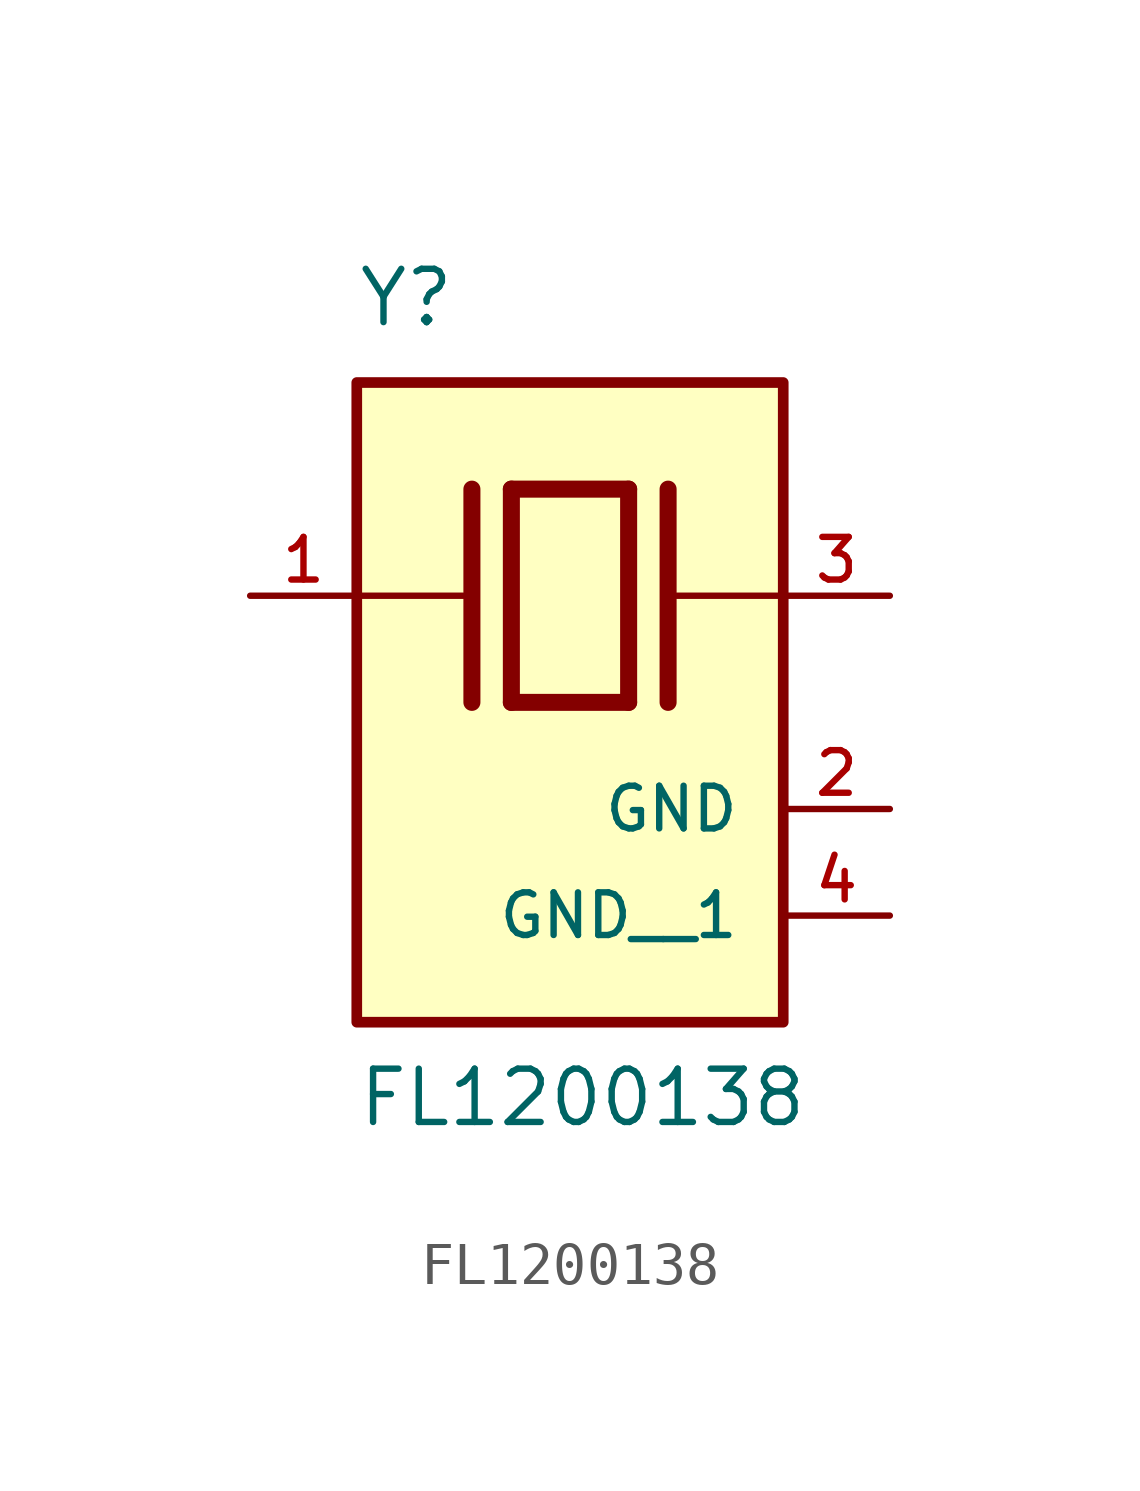
<source format=kicad_sym>
(kicad_symbol_lib
  (version 20211014)
  (generator kicad_symbol_editor)
  (symbol "FL1200138"
    (pin_names
      (offset 1.016))
    (property "Reference" "Y"
      (at -5.088 6.356 0)
      (effects (font (size 1.27 1.27)) (justify bottom left)))
    (property "Value" "FL1200138"
      (at -5.094 -12.7 0)
      (effects (font (size 1.27 1.27)) (justify bottom left)))
    (symbol "FL1200138_0_0"
      (polyline (pts (xy -1.397 2.54) (xy 1.397 2.54)) (stroke (width 0.406)))
      (polyline (pts (xy 1.397 2.54) (xy 1.397 -2.54)) (stroke (width 0.406)))
      (polyline (pts (xy 1.397 -2.54) (xy -1.397 -2.54)) (stroke (width 0.406)))
      (polyline (pts (xy -1.397 2.54) (xy -1.397 -2.54)) (stroke (width 0.406)))
      (polyline (pts (xy 2.337 2.54) (xy 2.337 -2.54)) (stroke (width 0.406)))
      (polyline (pts (xy -2.337 2.54) (xy -2.337 -2.54)) (stroke (width 0.406)))
      (polyline (pts (xy -5.08 0.0) (xy -2.54 0.0)) (stroke (width 0.152)))
      (polyline (pts (xy 2.54 0.0) (xy 5.08 0.0)) (stroke (width 0.152)))
      (rectangle (start -5.08 -10.16) (end 5.08 5.08) (stroke (width 0.254)) (fill (type background)))
      (pin passive line (at 7.62 0.0 180.0) (length 2.54) (name "~" (effects (font (size 1.016 1.016)))) (number "3" (effects (font (size 1.016 1.016)))))
      (pin passive line (at -7.62 0.0 0) (length 2.54) (name "~" (effects (font (size 1.016 1.016)))) (number "1" (effects (font (size 1.016 1.016)))))
      (pin power_in line (at 7.62 -5.08 180.0) (length 2.54) (name "GND" (effects (font (size 1.016 1.016)))) (number "2" (effects (font (size 1.016 1.016)))))
      (pin power_in line (at 7.62 -7.62 180.0) (length 2.54) (name "GND__1" (effects (font (size 1.016 1.016)))) (number "4" (effects (font (size 1.016 1.016))))))))
</source>
